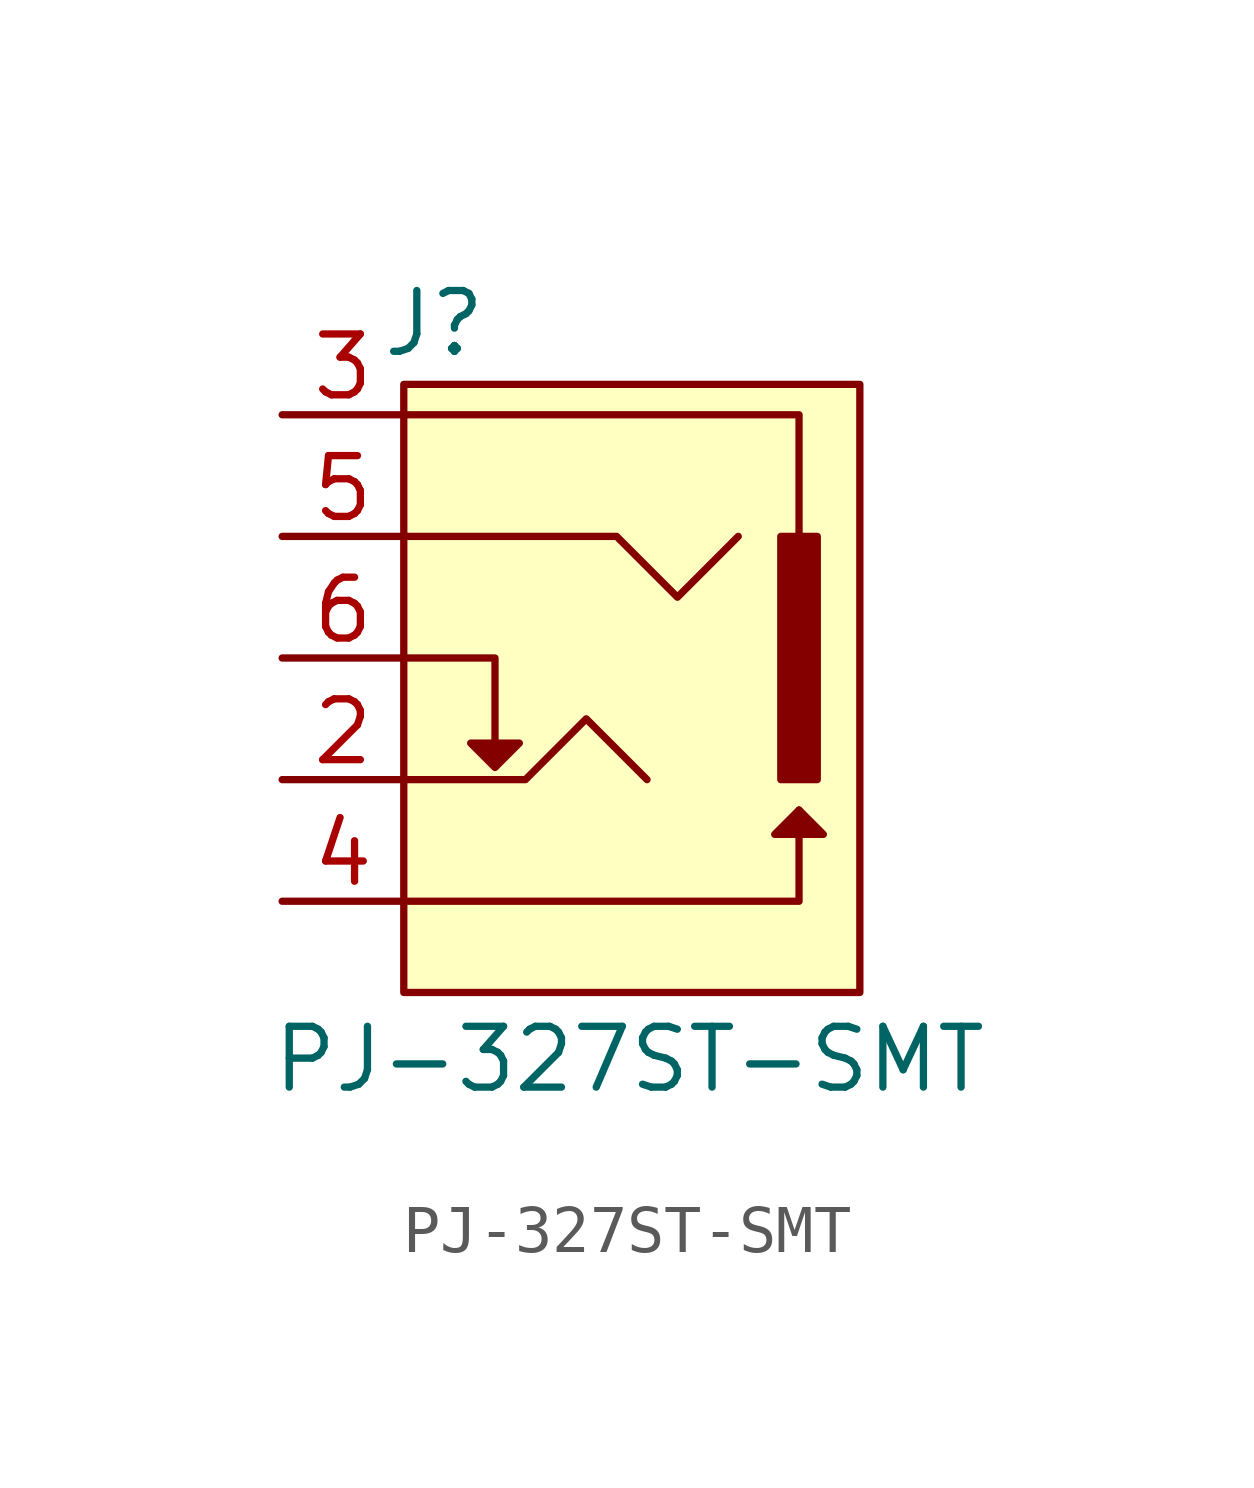
<source format=kicad_sym>
(kicad_symbol_lib
  (version 20231120)
  (generator "kicad_symbol_editor")
  (generator_version "8.0")
  (symbol "PJ-327ST-SMT"
    (pin_names hide)
    (property "Reference" "J"
      (at -4.445 6.985 0)
      (effects (font (size 1.27 1.27))))
    (property "Value" "PJ-327ST-SMT"
      (at -7.874 -8.382 0)
      (effects (font (size 1.27 1.27)) (justify left)))
    (symbol "PJ-327ST-SMT_0_1"
      (polyline (pts (xy -5.08 -5.08) (xy 3.175 -5.08) (xy 3.175 -3.175)) (stroke (width 0) (type default)) (fill (type none)))
      (polyline (pts (xy -5.08 0) (xy -3.175 0) (xy -3.175 -1.905)) (stroke (width 0) (type default)) (fill (type none)))
      (polyline (pts (xy -5.08 5.08) (xy 3.175 5.08) (xy 3.175 2.54)) (stroke (width 0) (type default)) (fill (type none)))
      (polyline (pts (xy -5.08 -2.54) (xy -2.54 -2.54) (xy -1.27 -1.27) (xy 0 -2.54)) (stroke (width 0) (type default)) (fill (type none)))
      (polyline (pts (xy -5.08 2.54) (xy -0.635 2.54) (xy 0.635 1.27) (xy 1.905 2.54)) (stroke (width 0) (type default)) (fill (type none)))
      (polyline (pts (xy -3.175 -2.286) (xy -3.683 -1.778) (xy -2.667 -1.778) (xy -3.175 -2.286)) (stroke (width 0) (type default)) (fill (type outline)))
      (polyline (pts (xy 3.175 -3.175) (xy 3.683 -3.683) (xy 2.667 -3.683) (xy 3.175 -3.175)) (stroke (width 0) (type default)) (fill (type outline))))
    (symbol "PJ-327ST-SMT_1_1"
      (rectangle (start -5.08 5.715) (end 4.445 -6.985) (stroke (width 0) (type default)) (fill (type background)))
      (rectangle (start 2.794 2.54) (end 3.556 -2.54) (stroke (width 0) (type default)) (fill (type outline)))
      (pin passive line (at -7.62 -2.54 0) (length 2.54) (name "" (effects (font (size 1.27 1.27)))) (number "2" (effects (font (size 1.27 1.27)))))
      (pin passive line (at -7.62 5.08 0) (length 2.54) (name "" (effects (font (size 1.27 1.27)))) (number "3" (effects (font (size 1.27 1.27)))))
      (pin passive line (at -7.62 -5.08 0) (length 2.54) (name "" (effects (font (size 1.27 1.27)))) (number "4" (effects (font (size 1.27 1.27)))))
      (pin passive line (at -7.62 2.54 0) (length 2.54) (name "" (effects (font (size 1.27 1.27)))) (number "5" (effects (font (size 1.27 1.27)))))
      (pin passive line (at -7.62 0 0) (length 2.54) (name "" (effects (font (size 1.27 1.27)))) (number "6" (effects (font (size 1.27 1.27))))))))
</source>
